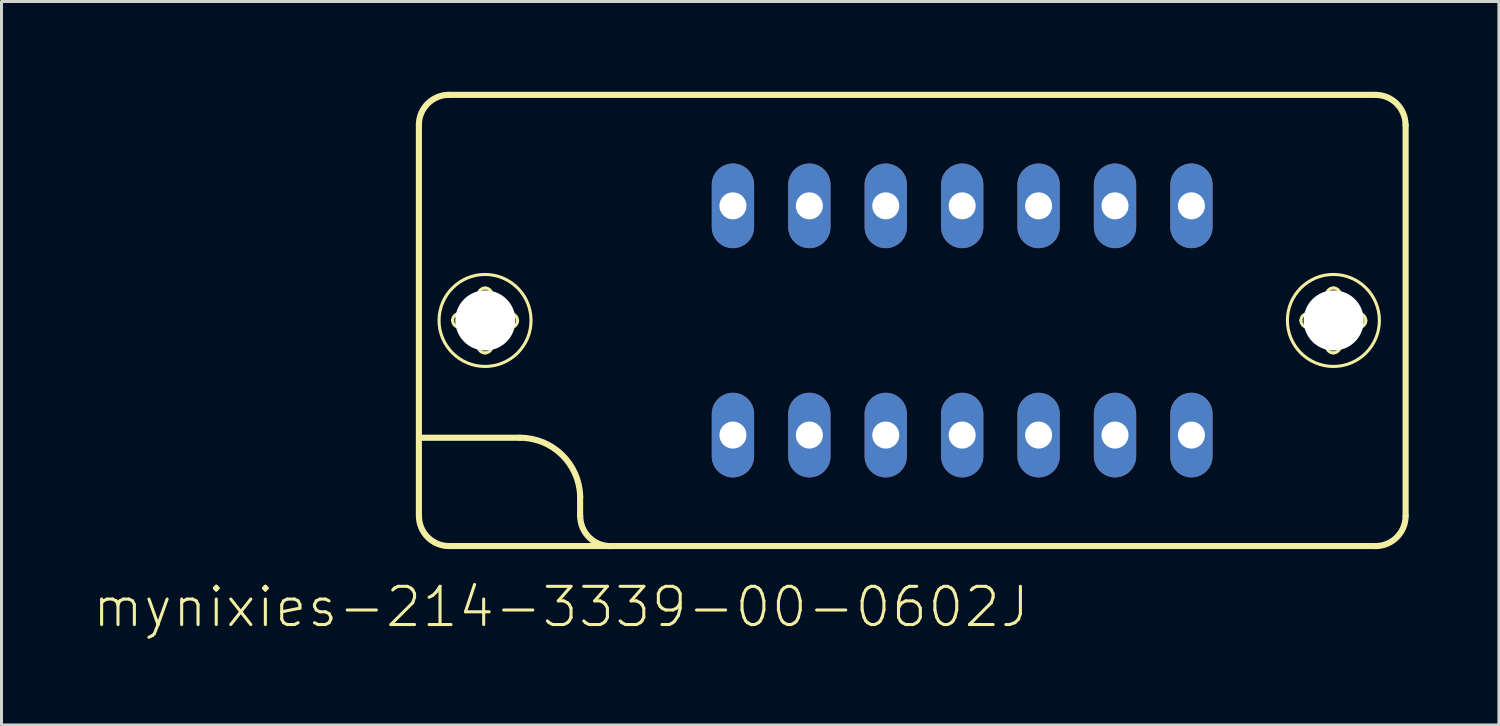
<source format=kicad_pcb>
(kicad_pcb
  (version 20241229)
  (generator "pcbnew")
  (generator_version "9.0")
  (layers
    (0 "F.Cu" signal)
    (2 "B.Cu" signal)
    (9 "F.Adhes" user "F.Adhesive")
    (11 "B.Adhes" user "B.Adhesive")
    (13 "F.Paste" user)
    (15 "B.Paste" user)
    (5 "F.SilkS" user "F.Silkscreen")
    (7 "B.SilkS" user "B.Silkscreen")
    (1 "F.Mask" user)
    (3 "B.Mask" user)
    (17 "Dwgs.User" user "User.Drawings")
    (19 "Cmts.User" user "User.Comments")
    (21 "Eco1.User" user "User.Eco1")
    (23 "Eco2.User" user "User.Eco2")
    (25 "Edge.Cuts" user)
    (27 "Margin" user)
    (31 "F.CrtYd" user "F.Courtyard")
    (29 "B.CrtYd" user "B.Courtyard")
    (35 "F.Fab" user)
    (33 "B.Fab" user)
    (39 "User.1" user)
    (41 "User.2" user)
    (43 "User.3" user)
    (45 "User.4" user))
  (footprint "mynixies-214-3339-00-0602J"
    (layer "F.Cu")
    (at 28.933 7.602)
    (property "Reference" "mynixies-214-3339-00-0602J" (at -13.335 9.525 0) (layer "F.SilkS") (effects (font (size 1.27 1.27) (thickness 0.102))))
    (attr exclude_from_pos_files exclude_from_bom)
    (fp_line (start -18.059 6.5) (end -18.059 -6.5) (stroke (width 0.203) (type solid)) (layer "F.SilkS"))
    (fp_line (start -17.948 3.899) (end -14.699 3.899) (stroke (width 0.203) (type solid)) (layer "F.SilkS"))
    (fp_line (start -17.059 -7.498) (end 13.739 -7.498) (stroke (width 0.203) (type solid)) (layer "F.SilkS"))
    (fp_line (start -16.708 -0.229) (end -16.159 -0.229) (stroke (width 0.102) (type solid)) (layer "F.SilkS"))
    (fp_line (start -16.17 0.229) (end -16.708 0.229) (stroke (width 0.102) (type solid)) (layer "F.SilkS"))
    (fp_line (start -16.088 -0.31) (end -16.088 -0.848) (stroke (width 0.102) (type solid)) (layer "F.SilkS"))
    (fp_line (start -16.088 0.848) (end -16.088 0.3) (stroke (width 0.102) (type solid)) (layer "F.SilkS"))
    (fp_line (start -15.629 -0.848) (end -15.629 -0.3) (stroke (width 0.102) (type solid)) (layer "F.SilkS"))
    (fp_line (start -15.629 0.31) (end -15.629 0.848) (stroke (width 0.102) (type solid)) (layer "F.SilkS"))
    (fp_line (start -15.55 -0.229) (end -15.009 -0.229) (stroke (width 0.102) (type solid)) (layer "F.SilkS"))
    (fp_line (start -15.009 0.229) (end -15.557 0.229) (stroke (width 0.102) (type solid)) (layer "F.SilkS"))
    (fp_line (start -12.7 5.85) (end -12.7 6.5) (stroke (width 0.203) (type solid)) (layer "F.SilkS"))
    (fp_line (start 11.488 -0.229) (end 12.04 -0.229) (stroke (width 0.102) (type solid)) (layer "F.SilkS"))
    (fp_line (start 12.029 0.229) (end 11.488 0.229) (stroke (width 0.102) (type solid)) (layer "F.SilkS"))
    (fp_line (start 12.108 -0.31) (end 12.108 -0.848) (stroke (width 0.102) (type solid)) (layer "F.SilkS"))
    (fp_line (start 12.108 0.848) (end 12.108 0.3) (stroke (width 0.102) (type solid)) (layer "F.SilkS"))
    (fp_line (start 12.568 -0.848) (end 12.568 -0.3) (stroke (width 0.102) (type solid)) (layer "F.SilkS"))
    (fp_line (start 12.568 0.31) (end 12.568 0.848) (stroke (width 0.102) (type solid)) (layer "F.SilkS"))
    (fp_line (start 12.649 -0.229) (end 13.188 -0.229) (stroke (width 0.102) (type solid)) (layer "F.SilkS"))
    (fp_line (start 13.188 0.229) (end 12.639 0.229) (stroke (width 0.102) (type solid)) (layer "F.SilkS"))
    (fp_line (start 13.739 7.498) (end -17.059 7.498) (stroke (width 0.203) (type solid)) (layer "F.SilkS"))
    (fp_line (start 14.74 -6.5) (end 14.74 6.5) (stroke (width 0.203) (type solid)) (layer "F.SilkS"))
    (fp_arc (start -18.0594 -6.49986) (mid -17.766284 -7.207504) (end -17.05864 -7.50062) (stroke (width 0.2032) (type solid)) (layer "F.SilkS"))
    (fp_arc (start -17.05864 7.49808) (mid -17.764488 7.205708) (end -18.05686 6.49986) (stroke (width 0.2032) (type solid)) (layer "F.SilkS"))
    (fp_arc (start -16.93926 0) (mid -16.871561 -0.163441) (end -16.70812 -0.23114) (stroke (width 0.1016) (type solid)) (layer "F.SilkS"))
    (fp_arc (start -16.70812 0.2286) (mid -16.869765 0.161645) (end -16.93672 0) (stroke (width 0.1016) (type solid)) (layer "F.SilkS"))
    (fp_arc (start -16.16964 0.2286) (mid -16.119351 0.249431) (end -16.09852 0.29972) (stroke (width 0.1016) (type solid)) (layer "F.SilkS"))
    (fp_arc (start -16.08836 -0.84836) (mid -16.021405 -1.010005) (end -15.85976 -1.07696) (stroke (width 0.1016) (type solid)) (layer "F.SilkS"))
    (fp_arc (start -16.08836 -0.29972) (mid -16.109191 -0.249431) (end -16.15948 -0.2286) (stroke (width 0.1016) (type solid)) (layer "F.SilkS"))
    (fp_arc (start -15.85976 -1.0795) (mid -15.696319 -1.011801) (end -15.62862 -0.84836) (stroke (width 0.1016) (type solid)) (layer "F.SilkS"))
    (fp_arc (start -15.85976 1.0795) (mid -16.023201 1.011801) (end -16.0909 0.84836) (stroke (width 0.1016) (type solid)) (layer "F.SilkS"))
    (fp_arc (start -15.62862 0.29972) (mid -15.607789 0.249431) (end -15.5575 0.2286) (stroke (width 0.1016) (type solid)) (layer "F.SilkS"))
    (fp_arc (start -15.62862 0.84836) (mid -15.696319 1.011801) (end -15.85976 1.0795) (stroke (width 0.1016) (type solid)) (layer "F.SilkS"))
    (fp_arc (start -15.5575 -0.2286) (mid -15.607789 -0.249431) (end -15.62862 -0.29972) (stroke (width 0.1016) (type solid)) (layer "F.SilkS"))
    (fp_arc (start -15.00886 -0.2286) (mid -14.847215 -0.161645) (end -14.78026 0) (stroke (width 0.1016) (type solid)) (layer "F.SilkS"))
    (fp_arc (start -14.77772 0) (mid -14.845419 0.163441) (end -15.00886 0.23114) (stroke (width 0.1016) (type solid)) (layer "F.SilkS"))
    (fp_arc (start -14.69898 3.8989) (mid -13.302339 4.466727) (end -12.698146 5.848026) (stroke (width 0.2032) (type solid)) (layer "F.SilkS"))
    (fp_arc (start -11.64844 7.49808) (mid -12.38567 7.223802) (end -12.696085 6.501044) (stroke (width 0.2032) (type solid)) (layer "F.SilkS"))
    (fp_arc (start 11.25982 0) (mid 11.326775 -0.161645) (end 11.48842 -0.2286) (stroke (width 0.1016) (type solid)) (layer "F.SilkS"))
    (fp_arc (start 11.48842 0.2286) (mid 11.326775 0.161645) (end 11.25982 0) (stroke (width 0.1016) (type solid)) (layer "F.SilkS"))
    (fp_arc (start 12.02944 0.2286) (mid 12.079729 0.249431) (end 12.10056 0.29972) (stroke (width 0.1016) (type solid)) (layer "F.SilkS"))
    (fp_arc (start 12.10818 -0.84836) (mid 12.175879 -1.011801) (end 12.33932 -1.0795) (stroke (width 0.1016) (type solid)) (layer "F.SilkS"))
    (fp_arc (start 12.10818 -0.29972) (mid 12.088093 -0.251227) (end 12.0396 -0.23114) (stroke (width 0.1016) (type solid)) (layer "F.SilkS"))
    (fp_arc (start 12.33932 -1.0795) (mid 12.502761 -1.011801) (end 12.57046 -0.84836) (stroke (width 0.1016) (type solid)) (layer "F.SilkS"))
    (fp_arc (start 12.33932 1.0795) (mid 12.175879 1.011801) (end 12.10818 0.84836) (stroke (width 0.1016) (type solid)) (layer "F.SilkS"))
    (fp_arc (start 12.56792 0.29972) (mid 12.588751 0.249431) (end 12.63904 0.2286) (stroke (width 0.1016) (type solid)) (layer "F.SilkS"))
    (fp_arc (start 12.56792 0.84836) (mid 12.500965 1.010005) (end 12.33932 1.07696) (stroke (width 0.1016) (type solid)) (layer "F.SilkS"))
    (fp_arc (start 12.63904 -0.2286) (mid 12.588751 -0.249431) (end 12.56792 -0.29972) (stroke (width 0.1016) (type solid)) (layer "F.SilkS"))
    (fp_arc (start 13.18768 -0.2286) (mid 13.349325 -0.161645) (end 13.41628 0) (stroke (width 0.1016) (type solid)) (layer "F.SilkS"))
    (fp_arc (start 13.41882 0) (mid 13.351121 0.163441) (end 13.18768 0.23114) (stroke (width 0.1016) (type solid)) (layer "F.SilkS"))
    (fp_arc (start 13.73886 -7.49808) (mid 14.444708 -7.205708) (end 14.73708 -6.49986) (stroke (width 0.2032) (type solid)) (layer "F.SilkS"))
    (fp_arc (start 14.73962 6.49986) (mid 14.446504 7.207504) (end 13.73886 7.50062) (stroke (width 0.2032) (type solid)) (layer "F.SilkS"))
    (fp_circle (center -15.86 0) (end -15.86 -1.529) (stroke (width 0.102) (type solid)) (fill no) (layer "F.SilkS"))
    (fp_circle (center 12.339 0) (end 12.339 -1.529) (stroke (width 0.102) (type solid)) (fill no) (layer "F.SilkS"))
    (pad "" np_thru_hole circle (at -15.85 0) (size 1.999 1.999) (drill 1.999) (layers "*.Cu" "*.Mask"))
    (pad "" np_thru_hole circle (at 12.349 0) (size 1.999 1.999) (drill 1.999) (layers "*.Cu" "*.Mask"))
    (pad "1" thru_hole oval (at -7.62 3.81 180) (size 1.407 2.814) (drill 0.899) (layers "*.Cu" "*.Mask"))
    (pad "2" thru_hole oval (at -5.08 3.81 180) (size 1.407 2.814) (drill 0.899) (layers "*.Cu" "*.Mask"))
    (pad "3" thru_hole oval (at -2.54 3.81 180) (size 1.407 2.814) (drill 0.899) (layers "*.Cu" "*.Mask"))
    (pad "4" thru_hole oval (at 0 3.81 180) (size 1.407 2.814) (drill 0.899) (layers "*.Cu" "*.Mask"))
    (pad "5" thru_hole oval (at 2.54 3.81 180) (size 1.407 2.814) (drill 0.899) (layers "*.Cu" "*.Mask"))
    (pad "6" thru_hole oval (at 5.08 3.81 180) (size 1.407 2.814) (drill 0.899) (layers "*.Cu" "*.Mask"))
    (pad "7" thru_hole oval (at 7.62 3.81 180) (size 1.407 2.814) (drill 0.899) (layers "*.Cu" "*.Mask"))
    (pad "8" thru_hole oval (at 7.62 -3.81 180) (size 1.407 2.814) (drill 0.899) (layers "*.Cu" "*.Mask"))
    (pad "9" thru_hole oval (at 5.08 -3.81 180) (size 1.407 2.814) (drill 0.899) (layers "*.Cu" "*.Mask"))
    (pad "10" thru_hole oval (at 2.54 -3.81 180) (size 1.407 2.814) (drill 0.899) (layers "*.Cu" "*.Mask"))
    (pad "11" thru_hole oval (at 0 -3.81 180) (size 1.407 2.814) (drill 0.899) (layers "*.Cu" "*.Mask"))
    (pad "12" thru_hole oval (at -2.54 -3.81 180) (size 1.407 2.814) (drill 0.899) (layers "*.Cu" "*.Mask"))
    (pad "13" thru_hole oval (at -5.08 -3.81 180) (size 1.407 2.814) (drill 0.899) (layers "*.Cu" "*.Mask"))
    (pad "14" thru_hole oval (at -7.62 -3.81 180) (size 1.407 2.814) (drill 0.899) (layers "*.Cu" "*.Mask")))
  (gr_rect
    (start -3 -3)
    (end 46.774 21.048)
    (stroke (width 0.1) (type default))
    (fill no)
    (layer "Edge.Cuts")))
</source>
